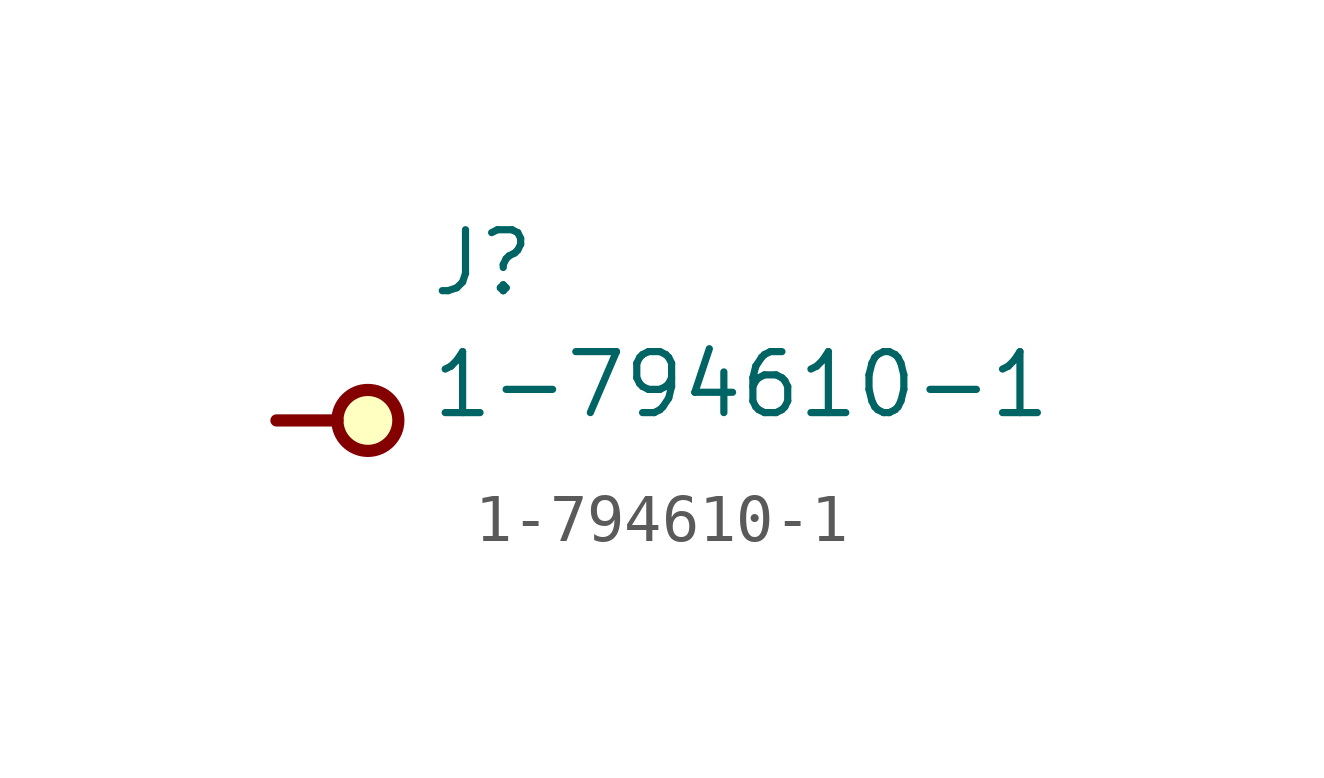
<source format=kicad_sym>
(kicad_symbol_lib
  (version 20211014)
  (generator kicad_symbol_editor)
  (symbol "1-794610-1"
    (property "Reference" "J"
      (at 1.27 2.54 0)
      (effects (font (size 1.27 1.27) (thickness 0.15)) (justify left bottom)))
    (property "Value" "1-794610-1"
      (at 1.27 0 0)
      (effects (font (size 1.27 1.27) (thickness 0.15)) (justify left bottom)))
    (symbol "1-794610-1_1_1"
      (polyline (pts (xy -0.635 0) (xy -1.905 0)) (stroke (width 0.254) (type default) (color 0 0 0 0)) (fill (type background)))
      (circle (center 0 0) (radius 0.635) (stroke (width 0.254) (type default) (color 0 0 0 0)) (fill (type background))))))
</source>
